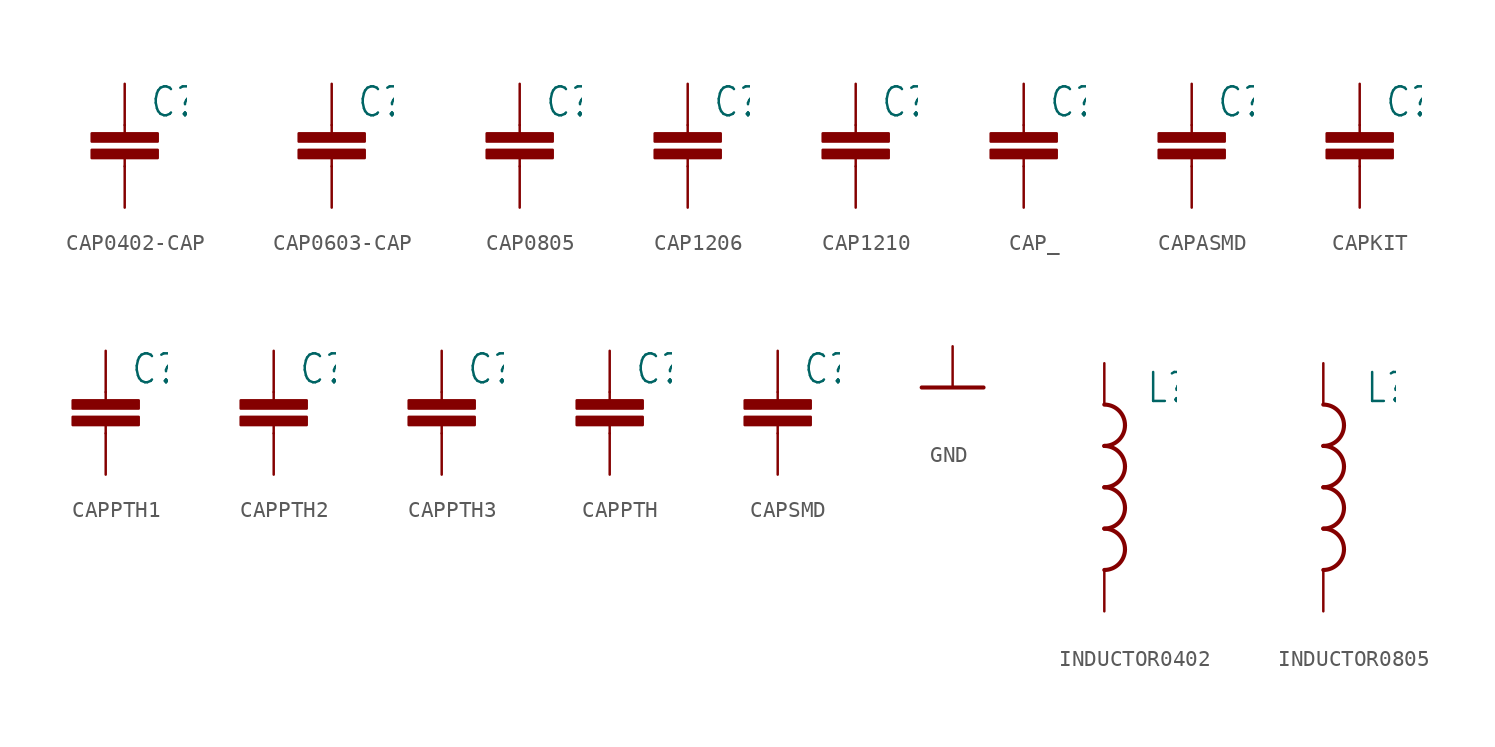
<source format=kicad_sym>
(kicad_symbol_lib
  (version 20241209)
  (generator "kicad_symbol_editor")
  (generator_version "9.0")
  (symbol "CAP0402-CAP"
    (property "Reference" "C"
      (at 1.524 2.921 0)
      (effects (font (size 1.778 1.511)) (justify left bottom)))
    (property "Value" ""
      (at 1.524 -2.159 0)
      (effects (font (size 1.778 1.511)) (justify left bottom)))
    (property "ki_locked" ""
      (at 0 0 0)
      (effects (font (size 1.27 1.27))))
    (symbol "CAP0402-CAP_1_0"
      (rectangle (start -2.032 1.524) (end 2.032 2.032) (stroke (width 0) (type default)) (fill (type outline)))
      (rectangle (start -2.032 0.508) (end 2.032 1.016) (stroke (width 0) (type default)) (fill (type outline)))
      (polyline (pts (xy 0 2.54) (xy 0 2.032)) (stroke (width 0.152) (type solid)) (fill (type none)))
      (polyline (pts (xy 0 0) (xy 0 0.508)) (stroke (width 0.152) (type solid)) (fill (type none)))
      (pin passive line (at 0 5.08 270) (length 2.54) (name "1" (effects (font (size 0 0)))) (number "1" (effects (font (size 0 0)))))
      (pin passive line (at 0 -2.54 90) (length 2.54) (name "2" (effects (font (size 0 0)))) (number "2" (effects (font (size 0 0)))))))
  (symbol "CAP0603-CAP"
    (property "Reference" "C"
      (at 1.524 2.921 0)
      (effects (font (size 1.778 1.511)) (justify left bottom)))
    (property "Value" ""
      (at 1.524 -2.159 0)
      (effects (font (size 1.778 1.511)) (justify left bottom)))
    (property "ki_locked" ""
      (at 0 0 0)
      (effects (font (size 1.27 1.27))))
    (symbol "CAP0603-CAP_1_0"
      (rectangle (start -2.032 1.524) (end 2.032 2.032) (stroke (width 0) (type default)) (fill (type outline)))
      (rectangle (start -2.032 0.508) (end 2.032 1.016) (stroke (width 0) (type default)) (fill (type outline)))
      (polyline (pts (xy 0 2.54) (xy 0 2.032)) (stroke (width 0.152) (type solid)) (fill (type none)))
      (polyline (pts (xy 0 0) (xy 0 0.508)) (stroke (width 0.152) (type solid)) (fill (type none)))
      (pin passive line (at 0 5.08 270) (length 2.54) (name "1" (effects (font (size 0 0)))) (number "1" (effects (font (size 0 0)))))
      (pin passive line (at 0 -2.54 90) (length 2.54) (name "2" (effects (font (size 0 0)))) (number "2" (effects (font (size 0 0)))))))
  (symbol "CAP0805"
    (property "Reference" "C"
      (at 1.524 2.921 0)
      (effects (font (size 1.778 1.511)) (justify left bottom)))
    (property "Value" ""
      (at 1.524 -2.159 0)
      (effects (font (size 1.778 1.511)) (justify left bottom)))
    (property "ki_locked" ""
      (at 0 0 0)
      (effects (font (size 1.27 1.27))))
    (symbol "CAP0805_1_0"
      (rectangle (start -2.032 1.524) (end 2.032 2.032) (stroke (width 0) (type default)) (fill (type outline)))
      (rectangle (start -2.032 0.508) (end 2.032 1.016) (stroke (width 0) (type default)) (fill (type outline)))
      (polyline (pts (xy 0 2.54) (xy 0 2.032)) (stroke (width 0.152) (type solid)) (fill (type none)))
      (polyline (pts (xy 0 0) (xy 0 0.508)) (stroke (width 0.152) (type solid)) (fill (type none)))
      (pin passive line (at 0 5.08 270) (length 2.54) (name "1" (effects (font (size 0 0)))) (number "1" (effects (font (size 0 0)))))
      (pin passive line (at 0 -2.54 90) (length 2.54) (name "2" (effects (font (size 0 0)))) (number "2" (effects (font (size 0 0)))))))
  (symbol "CAP1206"
    (property "Reference" "C"
      (at 1.524 2.921 0)
      (effects (font (size 1.778 1.511)) (justify left bottom)))
    (property "Value" ""
      (at 1.524 -2.159 0)
      (effects (font (size 1.778 1.511)) (justify left bottom)))
    (property "ki_locked" ""
      (at 0 0 0)
      (effects (font (size 1.27 1.27))))
    (symbol "CAP1206_1_0"
      (rectangle (start -2.032 1.524) (end 2.032 2.032) (stroke (width 0) (type default)) (fill (type outline)))
      (rectangle (start -2.032 0.508) (end 2.032 1.016) (stroke (width 0) (type default)) (fill (type outline)))
      (polyline (pts (xy 0 2.54) (xy 0 2.032)) (stroke (width 0.152) (type solid)) (fill (type none)))
      (polyline (pts (xy 0 0) (xy 0 0.508)) (stroke (width 0.152) (type solid)) (fill (type none)))
      (pin passive line (at 0 5.08 270) (length 2.54) (name "1" (effects (font (size 0 0)))) (number "1" (effects (font (size 0 0)))))
      (pin passive line (at 0 -2.54 90) (length 2.54) (name "2" (effects (font (size 0 0)))) (number "2" (effects (font (size 0 0)))))))
  (symbol "CAP1210"
    (property "Reference" "C"
      (at 1.524 2.921 0)
      (effects (font (size 1.778 1.511)) (justify left bottom)))
    (property "Value" ""
      (at 1.524 -2.159 0)
      (effects (font (size 1.778 1.511)) (justify left bottom)))
    (property "ki_locked" ""
      (at 0 0 0)
      (effects (font (size 1.27 1.27))))
    (symbol "CAP1210_1_0"
      (rectangle (start -2.032 1.524) (end 2.032 2.032) (stroke (width 0) (type default)) (fill (type outline)))
      (rectangle (start -2.032 0.508) (end 2.032 1.016) (stroke (width 0) (type default)) (fill (type outline)))
      (polyline (pts (xy 0 2.54) (xy 0 2.032)) (stroke (width 0.152) (type solid)) (fill (type none)))
      (polyline (pts (xy 0 0) (xy 0 0.508)) (stroke (width 0.152) (type solid)) (fill (type none)))
      (pin passive line (at 0 5.08 270) (length 2.54) (name "1" (effects (font (size 0 0)))) (number "1" (effects (font (size 0 0)))))
      (pin passive line (at 0 -2.54 90) (length 2.54) (name "2" (effects (font (size 0 0)))) (number "2" (effects (font (size 0 0)))))))
  (symbol "CAP_"
    (property "Reference" "C"
      (at 1.524 2.921 0)
      (effects (font (size 1.778 1.511)) (justify left bottom)))
    (property "Value" ""
      (at 1.524 -2.159 0)
      (effects (font (size 1.778 1.511)) (justify left bottom)))
    (property "ki_locked" ""
      (at 0 0 0)
      (effects (font (size 1.27 1.27))))
    (symbol "CAP__1_0"
      (rectangle (start -2.032 1.524) (end 2.032 2.032) (stroke (width 0) (type default)) (fill (type outline)))
      (rectangle (start -2.032 0.508) (end 2.032 1.016) (stroke (width 0) (type default)) (fill (type outline)))
      (polyline (pts (xy 0 2.54) (xy 0 2.032)) (stroke (width 0.152) (type solid)) (fill (type none)))
      (polyline (pts (xy 0 0) (xy 0 0.508)) (stroke (width 0.152) (type solid)) (fill (type none)))
      (pin passive line (at 0 5.08 270) (length 2.54) (name "1" (effects (font (size 0 0)))) (number "P$1" (effects (font (size 0 0)))))
      (pin passive line (at 0 -2.54 90) (length 2.54) (name "2" (effects (font (size 0 0)))) (number "P$2" (effects (font (size 0 0)))))))
  (symbol "CAPASMD"
    (property "Reference" "C"
      (at 1.524 2.921 0)
      (effects (font (size 1.778 1.511)) (justify left bottom)))
    (property "Value" ""
      (at 1.524 -2.159 0)
      (effects (font (size 1.778 1.511)) (justify left bottom)))
    (property "ki_locked" ""
      (at 0 0 0)
      (effects (font (size 1.27 1.27))))
    (symbol "CAPASMD_1_0"
      (rectangle (start -2.032 1.524) (end 2.032 2.032) (stroke (width 0) (type default)) (fill (type outline)))
      (rectangle (start -2.032 0.508) (end 2.032 1.016) (stroke (width 0) (type default)) (fill (type outline)))
      (polyline (pts (xy 0 2.54) (xy 0 2.032)) (stroke (width 0.152) (type solid)) (fill (type none)))
      (polyline (pts (xy 0 0) (xy 0 0.508)) (stroke (width 0.152) (type solid)) (fill (type none)))
      (pin passive line (at 0 5.08 270) (length 2.54) (name "1" (effects (font (size 0 0)))) (number "+" (effects (font (size 0 0)))))
      (pin passive line (at 0 -2.54 90) (length 2.54) (name "2" (effects (font (size 0 0)))) (number "-" (effects (font (size 0 0)))))))
  (symbol "CAPKIT"
    (property "Reference" "C"
      (at 1.524 2.921 0)
      (effects (font (size 1.778 1.511)) (justify left bottom)))
    (property "Value" ""
      (at 1.524 -2.159 0)
      (effects (font (size 1.778 1.511)) (justify left bottom)))
    (property "ki_locked" ""
      (at 0 0 0)
      (effects (font (size 1.27 1.27))))
    (symbol "CAPKIT_1_0"
      (rectangle (start -2.032 1.524) (end 2.032 2.032) (stroke (width 0) (type default)) (fill (type outline)))
      (rectangle (start -2.032 0.508) (end 2.032 1.016) (stroke (width 0) (type default)) (fill (type outline)))
      (polyline (pts (xy 0 2.54) (xy 0 2.032)) (stroke (width 0.152) (type solid)) (fill (type none)))
      (polyline (pts (xy 0 0) (xy 0 0.508)) (stroke (width 0.152) (type solid)) (fill (type none)))
      (pin passive line (at 0 5.08 270) (length 2.54) (name "1" (effects (font (size 0 0)))) (number "1" (effects (font (size 0 0)))))
      (pin passive line (at 0 -2.54 90) (length 2.54) (name "2" (effects (font (size 0 0)))) (number "2" (effects (font (size 0 0)))))))
  (symbol "CAPPTH1"
    (property "Reference" "C"
      (at 1.524 2.921 0)
      (effects (font (size 1.778 1.511)) (justify left bottom)))
    (property "Value" ""
      (at 1.524 -2.159 0)
      (effects (font (size 1.778 1.511)) (justify left bottom)))
    (property "ki_locked" ""
      (at 0 0 0)
      (effects (font (size 1.27 1.27))))
    (symbol "CAPPTH1_1_0"
      (rectangle (start -2.032 1.524) (end 2.032 2.032) (stroke (width 0) (type default)) (fill (type outline)))
      (rectangle (start -2.032 0.508) (end 2.032 1.016) (stroke (width 0) (type default)) (fill (type outline)))
      (polyline (pts (xy 0 2.54) (xy 0 2.032)) (stroke (width 0.152) (type solid)) (fill (type none)))
      (polyline (pts (xy 0 0) (xy 0 0.508)) (stroke (width 0.152) (type solid)) (fill (type none)))
      (pin passive line (at 0 5.08 270) (length 2.54) (name "1" (effects (font (size 0 0)))) (number "1" (effects (font (size 0 0)))))
      (pin passive line (at 0 -2.54 90) (length 2.54) (name "2" (effects (font (size 0 0)))) (number "2" (effects (font (size 0 0)))))))
  (symbol "CAPPTH2"
    (property "Reference" "C"
      (at 1.524 2.921 0)
      (effects (font (size 1.778 1.511)) (justify left bottom)))
    (property "Value" ""
      (at 1.524 -2.159 0)
      (effects (font (size 1.778 1.511)) (justify left bottom)))
    (property "ki_locked" ""
      (at 0 0 0)
      (effects (font (size 1.27 1.27))))
    (symbol "CAPPTH2_1_0"
      (rectangle (start -2.032 1.524) (end 2.032 2.032) (stroke (width 0) (type default)) (fill (type outline)))
      (rectangle (start -2.032 0.508) (end 2.032 1.016) (stroke (width 0) (type default)) (fill (type outline)))
      (polyline (pts (xy 0 2.54) (xy 0 2.032)) (stroke (width 0.152) (type solid)) (fill (type none)))
      (polyline (pts (xy 0 0) (xy 0 0.508)) (stroke (width 0.152) (type solid)) (fill (type none)))
      (pin passive line (at 0 5.08 270) (length 2.54) (name "1" (effects (font (size 0 0)))) (number "1" (effects (font (size 0 0)))))
      (pin passive line (at 0 -2.54 90) (length 2.54) (name "2" (effects (font (size 0 0)))) (number "2" (effects (font (size 0 0)))))))
  (symbol "CAPPTH3"
    (property "Reference" "C"
      (at 1.524 2.921 0)
      (effects (font (size 1.778 1.511)) (justify left bottom)))
    (property "Value" ""
      (at 1.524 -2.159 0)
      (effects (font (size 1.778 1.511)) (justify left bottom)))
    (property "ki_locked" ""
      (at 0 0 0)
      (effects (font (size 1.27 1.27))))
    (symbol "CAPPTH3_1_0"
      (rectangle (start -2.032 1.524) (end 2.032 2.032) (stroke (width 0) (type default)) (fill (type outline)))
      (rectangle (start -2.032 0.508) (end 2.032 1.016) (stroke (width 0) (type default)) (fill (type outline)))
      (polyline (pts (xy 0 2.54) (xy 0 2.032)) (stroke (width 0.152) (type solid)) (fill (type none)))
      (polyline (pts (xy 0 0) (xy 0 0.508)) (stroke (width 0.152) (type solid)) (fill (type none)))
      (pin passive line (at 0 5.08 270) (length 2.54) (name "1" (effects (font (size 0 0)))) (number "1" (effects (font (size 0 0)))))
      (pin passive line (at 0 -2.54 90) (length 2.54) (name "2" (effects (font (size 0 0)))) (number "2" (effects (font (size 0 0)))))))
  (symbol "CAPPTH"
    (property "Reference" "C"
      (at 1.524 2.921 0)
      (effects (font (size 1.778 1.511)) (justify left bottom)))
    (property "Value" ""
      (at 1.524 -2.159 0)
      (effects (font (size 1.778 1.511)) (justify left bottom)))
    (property "ki_locked" ""
      (at 0 0 0)
      (effects (font (size 1.27 1.27))))
    (symbol "CAPPTH_1_0"
      (rectangle (start -2.032 1.524) (end 2.032 2.032) (stroke (width 0) (type default)) (fill (type outline)))
      (rectangle (start -2.032 0.508) (end 2.032 1.016) (stroke (width 0) (type default)) (fill (type outline)))
      (polyline (pts (xy 0 2.54) (xy 0 2.032)) (stroke (width 0.152) (type solid)) (fill (type none)))
      (polyline (pts (xy 0 0) (xy 0 0.508)) (stroke (width 0.152) (type solid)) (fill (type none)))
      (pin passive line (at 0 5.08 270) (length 2.54) (name "1" (effects (font (size 0 0)))) (number "1" (effects (font (size 0 0)))))
      (pin passive line (at 0 -2.54 90) (length 2.54) (name "2" (effects (font (size 0 0)))) (number "2" (effects (font (size 0 0)))))))
  (symbol "CAPSMD"
    (property "Reference" "C"
      (at 1.524 2.921 0)
      (effects (font (size 1.778 1.511)) (justify left bottom)))
    (property "Value" ""
      (at 1.524 -2.159 0)
      (effects (font (size 1.778 1.511)) (justify left bottom)))
    (property "ki_locked" ""
      (at 0 0 0)
      (effects (font (size 1.27 1.27))))
    (symbol "CAPSMD_1_0"
      (rectangle (start -2.032 1.524) (end 2.032 2.032) (stroke (width 0) (type default)) (fill (type outline)))
      (rectangle (start -2.032 0.508) (end 2.032 1.016) (stroke (width 0) (type default)) (fill (type outline)))
      (polyline (pts (xy 0 2.54) (xy 0 2.032)) (stroke (width 0.152) (type solid)) (fill (type none)))
      (polyline (pts (xy 0 0) (xy 0 0.508)) (stroke (width 0.152) (type solid)) (fill (type none)))
      (pin passive line (at 0 5.08 270) (length 2.54) (name "1" (effects (font (size 0 0)))) (number "A" (effects (font (size 0 0)))))
      (pin passive line (at 0 -2.54 90) (length 2.54) (name "2" (effects (font (size 0 0)))) (number "C" (effects (font (size 0 0)))))))
  (symbol "GND"
    (power)
    (property "Reference" "#GND"
      (at 0 0 0)
      (effects (font (size 1.27 1.27)) (hide yes)))
    (property "Value" ""
      (at -2.54 -2.54 0)
      (effects (font (size 1.778 1.511)) (justify left bottom)))
    (property "ki_locked" ""
      (at 0 0 0)
      (effects (font (size 1.27 1.27))))
    (symbol "GND_1_0"
      (polyline (pts (xy -1.905 0) (xy 1.905 0)) (stroke (width 0.254) (type solid)) (fill (type none)))
      (pin power_in line (at 0 2.54 270) (length 2.54) (name "GND" (effects (font (size 0 0)))) (number "1" (effects (font (size 0 0)))))))
  (symbol "INDUCTOR0402"
    (property "Reference" "L"
      (at 2.54 5.08 0)
      (effects (font (size 1.778 1.511)) (justify left bottom)))
    (property "Value" ""
      (at 2.54 -5.08 0)
      (effects (font (size 1.778 1.511)) (justify left bottom)))
    (property "ki_locked" ""
      (at 0 0 0)
      (effects (font (size 1.27 1.27))))
    (symbol "INDUCTOR0402_1_0"
      (arc (start 0 5.08) (mid 0.898 4.708) (end 1.27 3.81) (stroke (width 0.254) (type solid)) (fill (type none)))
      (arc (start 1.27 3.81) (mid 0.898 2.912) (end 0 2.54) (stroke (width 0.254) (type solid)) (fill (type none)))
      (arc (start 1.27 1.27) (mid 0.898 0.372) (end 0 0) (stroke (width 0.254) (type solid)) (fill (type none)))
      (arc (start 0 2.54) (mid 0.8981 2.168) (end 1.2701 1.2699) (stroke (width 0.254) (type solid)) (fill (type none)))
      (arc (start 1.2701 -1.2699) (mid 0.8981 -2.168) (end 0 -2.54) (stroke (width 0.254) (type solid)) (fill (type none)))
      (arc (start 0 0) (mid 0.898 -0.372) (end 1.27 -1.27) (stroke (width 0.254) (type solid)) (fill (type none)))
      (arc (start 0 -2.54) (mid 0.898 -2.912) (end 1.27 -3.81) (stroke (width 0.254) (type solid)) (fill (type none)))
      (arc (start 1.27 -3.81) (mid 0.898 -4.708) (end 0 -5.08) (stroke (width 0.254) (type solid)) (fill (type none)))
      (pin passive line (at 0 7.62 270) (length 2.54) (name "1" (effects (font (size 0 0)))) (number "1" (effects (font (size 0 0)))))
      (pin passive line (at 0 -7.62 90) (length 2.54) (name "2" (effects (font (size 0 0)))) (number "2" (effects (font (size 0 0)))))))
  (symbol "INDUCTOR0805"
    (property "Reference" "L"
      (at 2.54 5.08 0)
      (effects (font (size 1.778 1.511)) (justify left bottom)))
    (property "Value" ""
      (at 2.54 -5.08 0)
      (effects (font (size 1.778 1.511)) (justify left bottom)))
    (property "ki_locked" ""
      (at 0 0 0)
      (effects (font (size 1.27 1.27))))
    (symbol "INDUCTOR0805_1_0"
      (arc (start 0 5.08) (mid 0.898 4.708) (end 1.27 3.81) (stroke (width 0.254) (type solid)) (fill (type none)))
      (arc (start 1.27 3.81) (mid 0.898 2.912) (end 0 2.54) (stroke (width 0.254) (type solid)) (fill (type none)))
      (arc (start 1.27 1.27) (mid 0.898 0.372) (end 0 0) (stroke (width 0.254) (type solid)) (fill (type none)))
      (arc (start 0 2.54) (mid 0.8981 2.168) (end 1.2701 1.2699) (stroke (width 0.254) (type solid)) (fill (type none)))
      (arc (start 1.2701 -1.2699) (mid 0.8981 -2.168) (end 0 -2.54) (stroke (width 0.254) (type solid)) (fill (type none)))
      (arc (start 0 0) (mid 0.898 -0.372) (end 1.27 -1.27) (stroke (width 0.254) (type solid)) (fill (type none)))
      (arc (start 0 -2.54) (mid 0.898 -2.912) (end 1.27 -3.81) (stroke (width 0.254) (type solid)) (fill (type none)))
      (arc (start 1.27 -3.81) (mid 0.898 -4.708) (end 0 -5.08) (stroke (width 0.254) (type solid)) (fill (type none)))
      (pin passive line (at 0 7.62 270) (length 2.54) (name "1" (effects (font (size 0 0)))) (number "1" (effects (font (size 0 0)))))
      (pin passive line (at 0 -7.62 90) (length 2.54) (name "2" (effects (font (size 0 0)))) (number "2" (effects (font (size 0 0))))))))
</source>
